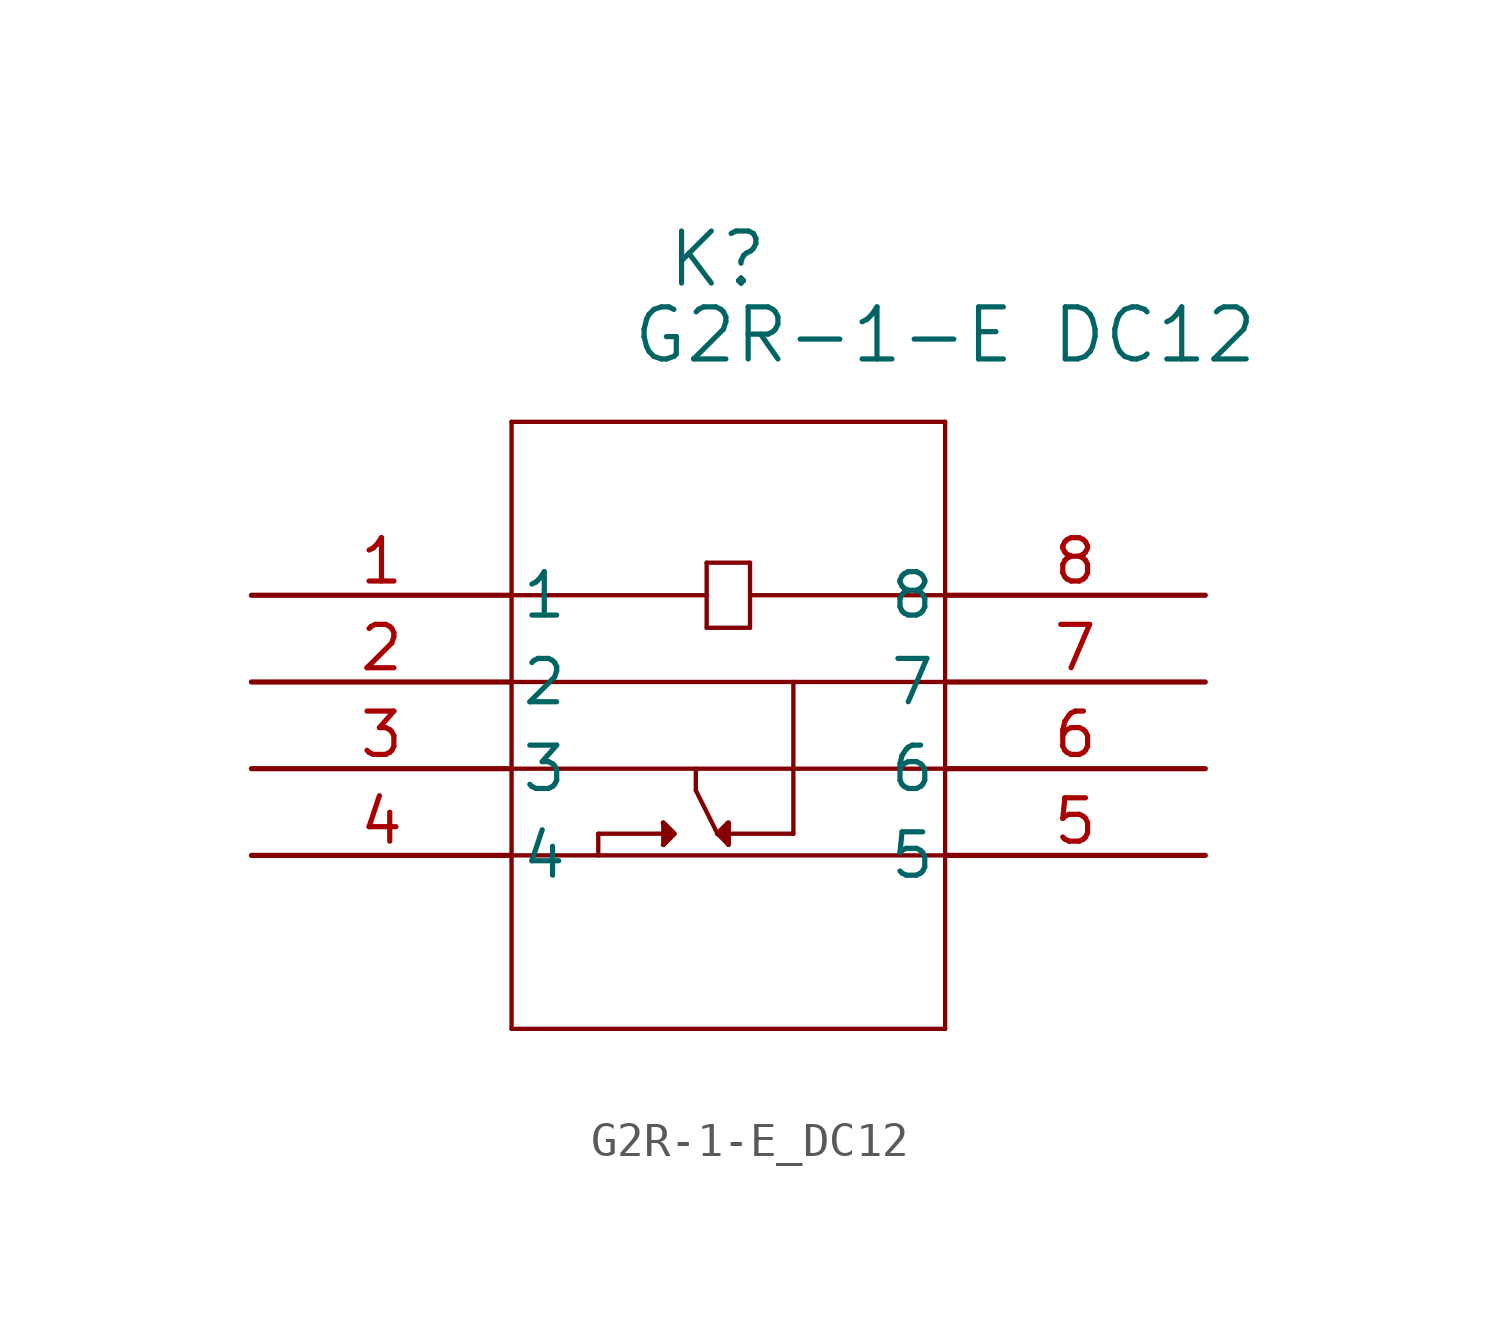
<source format=kicad_sym>
(kicad_symbol_lib
  (version 20211014)
  (generator kicad_symbol_editor)
  (symbol "G2R-1-E_DC12"
    (pin_names
      (offset 0.254))
    (property "Reference" "K"
      (at 13.652 9.842 0)
      (effects (font (size 1.524 1.524))))
    (property "Value" "G2R-1-E DC12"
      (at 20.32 7.62 0)
      (effects (font (size 1.524 1.524))))
    (symbol "G2R-1-E_DC12_0_1"
      (polyline (pts (xy 7.62 5.08) (xy 7.62 -12.7)) (stroke (width 0.127) (type default) (color 0 0 0 0)) (fill (type none)))
      (polyline (pts (xy 7.62 -12.7) (xy 20.32 -12.7)) (stroke (width 0.127) (type default) (color 0 0 0 0)) (fill (type none)))
      (polyline (pts (xy 20.32 -12.7) (xy 20.32 5.08)) (stroke (width 0.127) (type default) (color 0 0 0 0)) (fill (type none)))
      (polyline (pts (xy 20.32 5.08) (xy 7.62 5.08)) (stroke (width 0.127) (type default) (color 0 0 0 0)) (fill (type none)))
      (polyline (pts (xy 7.62 -7.62) (xy 20.32 -7.62)) (stroke (width 0.127) (type default) (color 0 0 0 0)) (fill (type none)))
      (polyline (pts (xy 7.62 -2.54) (xy 20.32 -2.54)) (stroke (width 0.127) (type default) (color 0 0 0 0)) (fill (type none)))
      (polyline (pts (xy 7.62 0) (xy 13.335 0)) (stroke (width 0.127) (type default) (color 0 0 0 0)) (fill (type none)))
      (polyline (pts (xy 13.335 0) (xy 13.335 0.953)) (stroke (width 0.127) (type default) (color 0 0 0 0)) (fill (type none)))
      (polyline (pts (xy 13.335 0.953) (xy 14.605 0.953)) (stroke (width 0.127) (type default) (color 0 0 0 0)) (fill (type none)))
      (polyline (pts (xy 14.605 0.953) (xy 14.605 -0.953)) (stroke (width 0.127) (type default) (color 0 0 0 0)) (fill (type none)))
      (polyline (pts (xy 14.605 -0.953) (xy 13.335 -0.953)) (stroke (width 0.127) (type default) (color 0 0 0 0)) (fill (type none)))
      (polyline (pts (xy 13.335 -0.953) (xy 13.335 0)) (stroke (width 0.127) (type default) (color 0 0 0 0)) (fill (type none)))
      (polyline (pts (xy 14.605 0) (xy 20.32 0)) (stroke (width 0.127) (type default) (color 0 0 0 0)) (fill (type none)))
      (polyline (pts (xy 7.62 -5.08) (xy 20.32 -5.08)) (stroke (width 0.127) (type default) (color 0 0 0 0)) (fill (type none)))
      (polyline (pts (xy 13.018 -5.08) (xy 13.018 -5.715)) (stroke (width 0.127) (type default) (color 0 0 0 0)) (fill (type none)))
      (polyline (pts (xy 13.018 -5.715) (xy 13.652 -6.985)) (stroke (width 0.127) (type default) (color 0 0 0 0)) (fill (type none)))
      (polyline (pts (xy 13.652 -6.985) (xy 13.97 -6.668)) (stroke (width 0.127) (type default) (color 0 0 0 0)) (fill (type none)))
      (polyline (pts (xy 13.652 -6.985) (xy 13.97 -7.303)) (stroke (width 0.127) (type default) (color 0 0 0 0)) (fill (type none)))
      (polyline (pts (xy 13.97 -7.303) (xy 13.97 -6.668)) (stroke (width 0.127) (type default) (color 0 0 0 0)) (fill (type none)))
      (polyline (pts (xy 12.383 -6.985) (xy 12.065 -6.668)) (stroke (width 0.127) (type default) (color 0 0 0 0)) (fill (type none)))
      (polyline (pts (xy 12.065 -6.668) (xy 12.065 -7.303)) (stroke (width 0.127) (type default) (color 0 0 0 0)) (fill (type none)))
      (polyline (pts (xy 12.065 -7.303) (xy 12.383 -6.985)) (stroke (width 0.127) (type default) (color 0 0 0 0)) (fill (type none)))
      (polyline (pts (xy 13.97 -6.985) (xy 15.875 -6.985)) (stroke (width 0.127) (type default) (color 0 0 0 0)) (fill (type none)))
      (polyline (pts (xy 15.875 -6.985) (xy 15.875 -2.54)) (stroke (width 0.127) (type default) (color 0 0 0 0)) (fill (type none)))
      (polyline (pts (xy 10.16 -7.62) (xy 10.16 -6.985)) (stroke (width 0.127) (type default) (color 0 0 0 0)) (fill (type none)))
      (polyline (pts (xy 10.16 -6.985) (xy 12.065 -6.985)) (stroke (width 0.127) (type default) (color 0 0 0 0)) (fill (type none)))
      (polyline (pts (xy 12.065 -6.668) (xy 12.383 -6.985) (xy 12.065 -7.303)) (stroke (width 0) (type default) (color 0 0 0 0)) (fill (type outline)))
      (polyline (pts (xy 13.652 -6.985) (xy 13.97 -6.668) (xy 13.97 -7.303)) (stroke (width 0) (type default) (color 0 0 0 0)) (fill (type outline)))
      (pin unspecified line (at 0 0 0) (length 7.62) (name "1" (effects (font (size 1.27 1.27)))) (number "1" (effects (font (size 1.27 1.27)))))
      (pin unspecified line (at 0 -2.54 0) (length 7.62) (name "2" (effects (font (size 1.27 1.27)))) (number "2" (effects (font (size 1.27 1.27)))))
      (pin unspecified line (at 0 -5.08 0) (length 7.62) (name "3" (effects (font (size 1.27 1.27)))) (number "3" (effects (font (size 1.27 1.27)))))
      (pin unspecified line (at 0 -7.62 0) (length 7.62) (name "4" (effects (font (size 1.27 1.27)))) (number "4" (effects (font (size 1.27 1.27)))))
      (pin unspecified line (at 27.94 -7.62 180) (length 7.62) (name "5" (effects (font (size 1.27 1.27)))) (number "5" (effects (font (size 1.27 1.27)))))
      (pin unspecified line (at 27.94 -5.08 180) (length 7.62) (name "6" (effects (font (size 1.27 1.27)))) (number "6" (effects (font (size 1.27 1.27)))))
      (pin unspecified line (at 27.94 -2.54 180) (length 7.62) (name "7" (effects (font (size 1.27 1.27)))) (number "7" (effects (font (size 1.27 1.27)))))
      (pin unspecified line (at 27.94 0 180) (length 7.62) (name "8" (effects (font (size 1.27 1.27)))) (number "8" (effects (font (size 1.27 1.27))))))))
</source>
